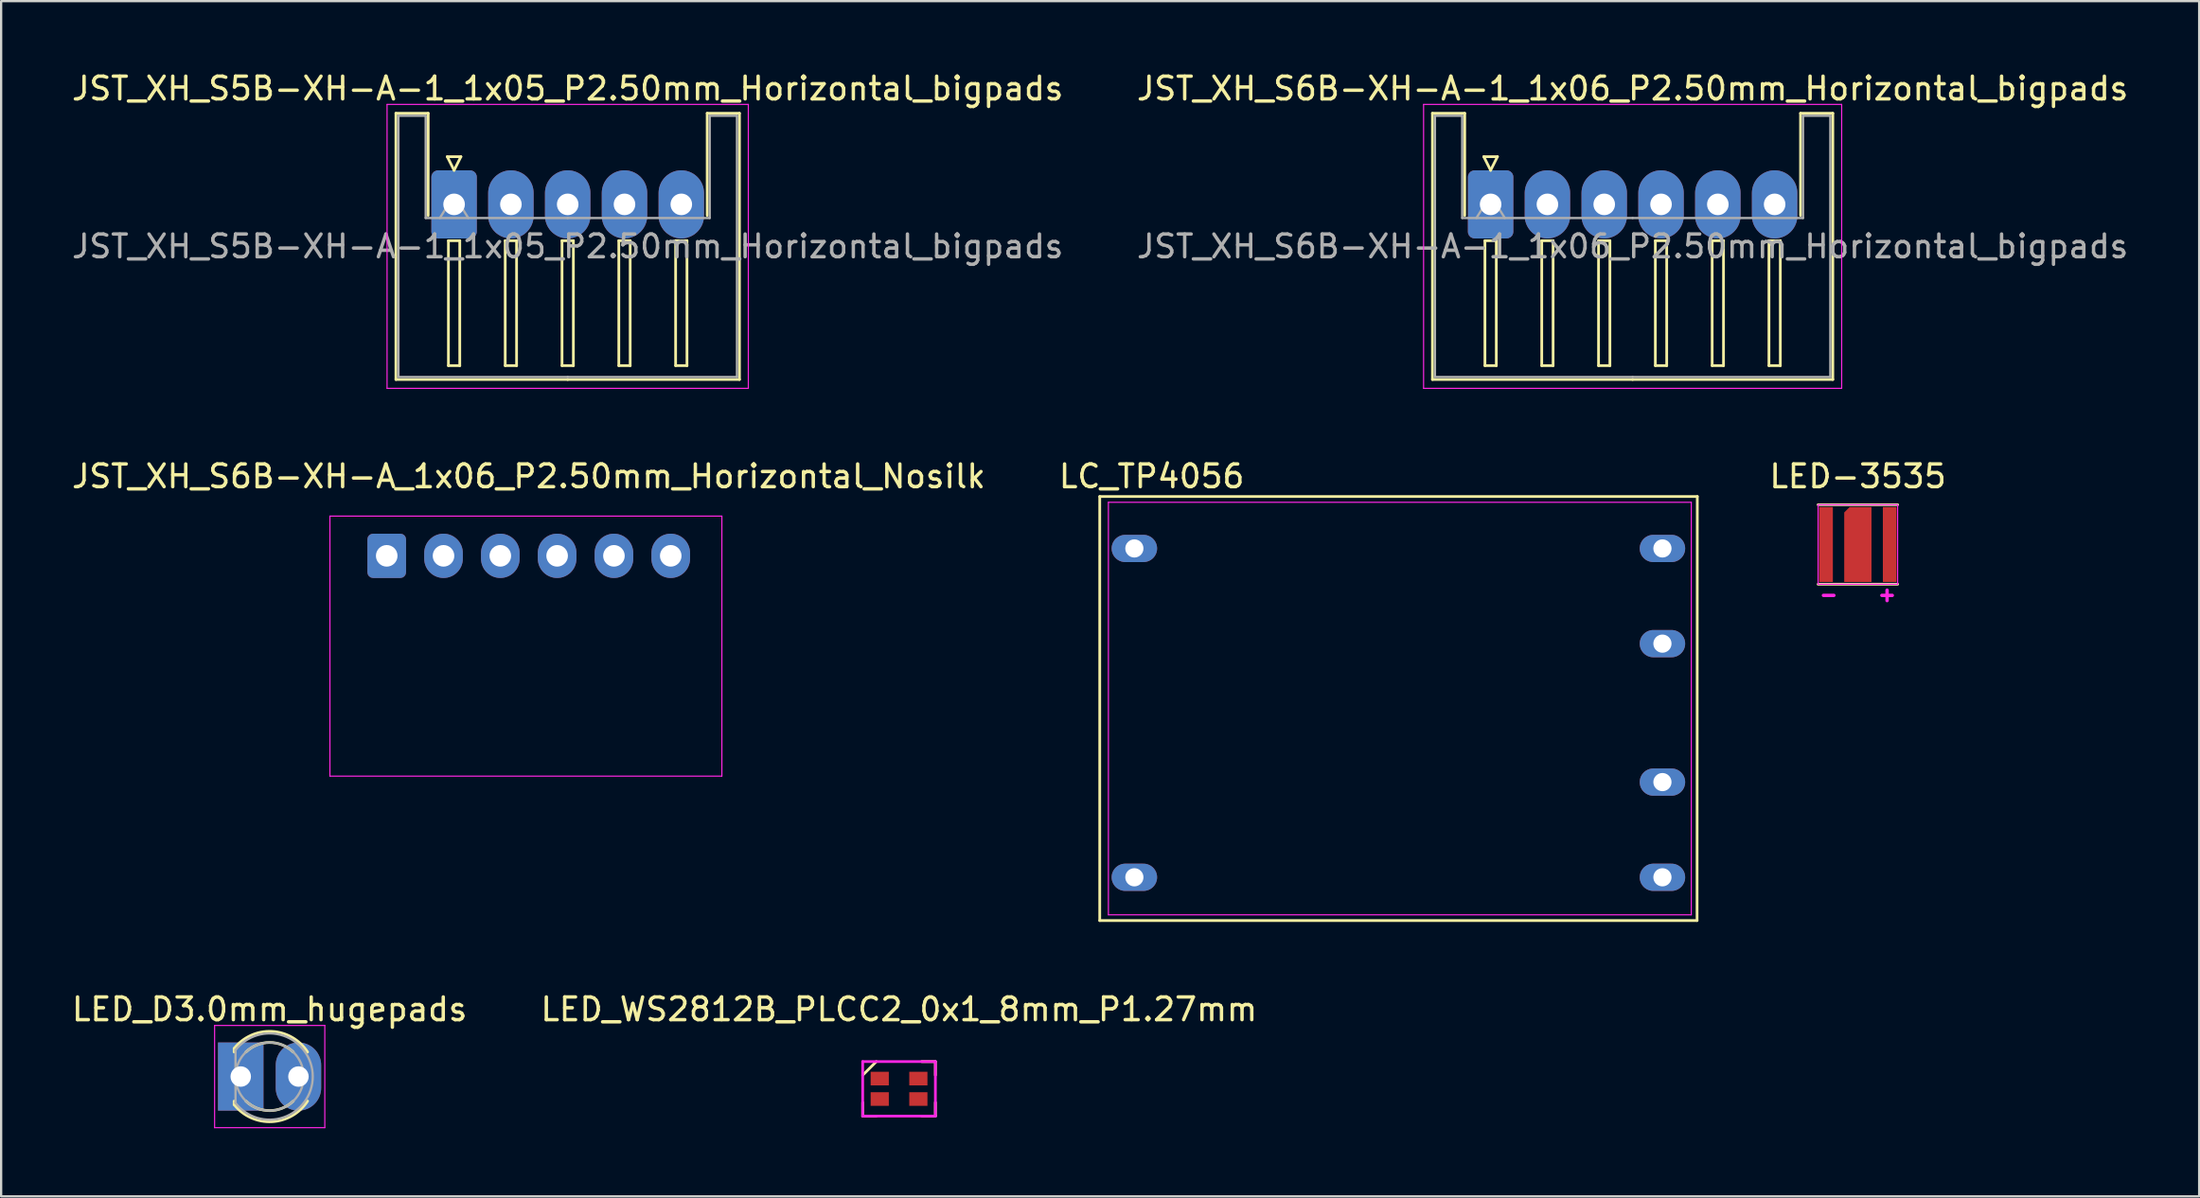
<source format=kicad_pcb>
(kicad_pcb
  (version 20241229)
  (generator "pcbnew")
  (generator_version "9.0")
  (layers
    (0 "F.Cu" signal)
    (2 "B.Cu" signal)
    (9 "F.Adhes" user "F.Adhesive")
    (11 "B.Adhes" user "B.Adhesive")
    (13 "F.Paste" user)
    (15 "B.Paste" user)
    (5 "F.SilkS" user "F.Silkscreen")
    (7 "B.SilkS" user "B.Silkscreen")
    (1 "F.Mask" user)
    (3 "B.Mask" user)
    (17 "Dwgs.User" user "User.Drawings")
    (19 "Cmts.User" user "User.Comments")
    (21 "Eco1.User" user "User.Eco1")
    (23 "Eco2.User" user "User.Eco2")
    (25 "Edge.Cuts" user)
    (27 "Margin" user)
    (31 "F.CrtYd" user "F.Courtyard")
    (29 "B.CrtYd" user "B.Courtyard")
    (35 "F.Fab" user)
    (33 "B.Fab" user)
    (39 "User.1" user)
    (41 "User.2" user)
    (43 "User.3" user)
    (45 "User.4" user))
  (footprint "JST_XH_S5B-XH-A-1_1x05_P2.50mm_Horizontal_bigpads"
    (layer "F.Cu")
    (at 16.935 5.948)
    (property "Reference" "JST_XH_S5B-XH-A-1_1x05_P2.50mm_Horizontal_bigpads" (at 5 -5.1 0) (layer "F.SilkS") (effects (font (size 1 1) (thickness 0.15))))
    (attr through_hole)
    (fp_line (start -2.56 -4.01) (end -1.14 -4.01) (stroke (width 0.12) (type solid)) (layer "F.SilkS"))
    (fp_line (start -2.56 7.71) (end -2.56 -4.01) (stroke (width 0.12) (type solid)) (layer "F.SilkS"))
    (fp_line (start -1.14 -4.01) (end -1.14 0.49) (stroke (width 0.12) (type solid)) (layer "F.SilkS"))
    (fp_line (start -0.3 -2.1) (end 0.3 -2.1) (stroke (width 0.12) (type solid)) (layer "F.SilkS"))
    (fp_line (start -0.25 1.6) (end -0.25 7.1) (stroke (width 0.12) (type solid)) (layer "F.SilkS"))
    (fp_line (start -0.25 7.1) (end 0.25 7.1) (stroke (width 0.12) (type solid)) (layer "F.SilkS"))
    (fp_line (start 0 -1.5) (end -0.3 -2.1) (stroke (width 0.12) (type solid)) (layer "F.SilkS"))
    (fp_line (start 0.25 1.6) (end -0.25 1.6) (stroke (width 0.12) (type solid)) (layer "F.SilkS"))
    (fp_line (start 0.25 7.1) (end 0.25 1.6) (stroke (width 0.12) (type solid)) (layer "F.SilkS"))
    (fp_line (start 0.3 -2.1) (end 0 -1.5) (stroke (width 0.12) (type solid)) (layer "F.SilkS"))
    (fp_line (start 2.25 1.6) (end 2.25 7.1) (stroke (width 0.12) (type solid)) (layer "F.SilkS"))
    (fp_line (start 2.25 7.1) (end 2.75 7.1) (stroke (width 0.12) (type solid)) (layer "F.SilkS"))
    (fp_line (start 2.75 1.6) (end 2.25 1.6) (stroke (width 0.12) (type solid)) (layer "F.SilkS"))
    (fp_line (start 2.75 7.1) (end 2.75 1.6) (stroke (width 0.12) (type solid)) (layer "F.SilkS"))
    (fp_line (start 4.75 1.6) (end 4.75 7.1) (stroke (width 0.12) (type solid)) (layer "F.SilkS"))
    (fp_line (start 4.75 7.1) (end 5.25 7.1) (stroke (width 0.12) (type solid)) (layer "F.SilkS"))
    (fp_line (start 5 7.71) (end -2.56 7.71) (stroke (width 0.12) (type solid)) (layer "F.SilkS"))
    (fp_line (start 5 7.71) (end 12.56 7.71) (stroke (width 0.12) (type solid)) (layer "F.SilkS"))
    (fp_line (start 5.25 1.6) (end 4.75 1.6) (stroke (width 0.12) (type solid)) (layer "F.SilkS"))
    (fp_line (start 5.25 7.1) (end 5.25 1.6) (stroke (width 0.12) (type solid)) (layer "F.SilkS"))
    (fp_line (start 7.25 1.6) (end 7.25 7.1) (stroke (width 0.12) (type solid)) (layer "F.SilkS"))
    (fp_line (start 7.25 7.1) (end 7.75 7.1) (stroke (width 0.12) (type solid)) (layer "F.SilkS"))
    (fp_line (start 7.75 1.6) (end 7.25 1.6) (stroke (width 0.12) (type solid)) (layer "F.SilkS"))
    (fp_line (start 7.75 7.1) (end 7.75 1.6) (stroke (width 0.12) (type solid)) (layer "F.SilkS"))
    (fp_line (start 9.75 1.6) (end 9.75 7.1) (stroke (width 0.12) (type solid)) (layer "F.SilkS"))
    (fp_line (start 9.75 7.1) (end 10.25 7.1) (stroke (width 0.12) (type solid)) (layer "F.SilkS"))
    (fp_line (start 10.25 1.6) (end 9.75 1.6) (stroke (width 0.12) (type solid)) (layer "F.SilkS"))
    (fp_line (start 10.25 7.1) (end 10.25 1.6) (stroke (width 0.12) (type solid)) (layer "F.SilkS"))
    (fp_line (start 11.14 -4.01) (end 11.14 0.49) (stroke (width 0.12) (type solid)) (layer "F.SilkS"))
    (fp_line (start 12.56 -4.01) (end 11.14 -4.01) (stroke (width 0.12) (type solid)) (layer "F.SilkS"))
    (fp_line (start 12.56 7.71) (end 12.56 -4.01) (stroke (width 0.12) (type solid)) (layer "F.SilkS"))
    (fp_line (start -2.95 -4.4) (end -2.95 8.1) (stroke (width 0.05) (type solid)) (layer "F.CrtYd"))
    (fp_line (start -2.95 8.1) (end 12.95 8.1) (stroke (width 0.05) (type solid)) (layer "F.CrtYd"))
    (fp_line (start 12.95 -4.4) (end -2.95 -4.4) (stroke (width 0.05) (type solid)) (layer "F.CrtYd"))
    (fp_line (start 12.95 8.1) (end 12.95 -4.4) (stroke (width 0.05) (type solid)) (layer "F.CrtYd"))
    (fp_line (start -2.45 -3.9) (end -1.25 -3.9) (stroke (width 0.1) (type solid)) (layer "F.Fab"))
    (fp_line (start -2.45 7.6) (end -2.45 -3.9) (stroke (width 0.1) (type solid)) (layer "F.Fab"))
    (fp_line (start -1.25 -3.9) (end -1.25 0.6) (stroke (width 0.1) (type solid)) (layer "F.Fab"))
    (fp_line (start -1.25 0.6) (end 5 0.6) (stroke (width 0.1) (type solid)) (layer "F.Fab"))
    (fp_line (start -0.625 0.6) (end 0 -0.4) (stroke (width 0.1) (type solid)) (layer "F.Fab"))
    (fp_line (start 0 -0.4) (end 0.625 0.6) (stroke (width 0.1) (type solid)) (layer "F.Fab"))
    (fp_line (start 5 7.6) (end -2.45 7.6) (stroke (width 0.1) (type solid)) (layer "F.Fab"))
    (fp_line (start 5 7.6) (end 12.45 7.6) (stroke (width 0.1) (type solid)) (layer "F.Fab"))
    (fp_line (start 11.25 -3.9) (end 11.25 0.6) (stroke (width 0.1) (type solid)) (layer "F.Fab"))
    (fp_line (start 11.25 0.6) (end 5 0.6) (stroke (width 0.1) (type solid)) (layer "F.Fab"))
    (fp_line (start 12.45 -3.9) (end 11.25 -3.9) (stroke (width 0.1) (type solid)) (layer "F.Fab"))
    (fp_line (start 12.45 7.6) (end 12.45 -3.9) (stroke (width 0.1) (type solid)) (layer "F.Fab"))
    (fp_text user "${REFERENCE}" (at 5 1.85 0) (layer "F.Fab") (effects (font (size 1 1) (thickness 0.15))))
    (pad "1" thru_hole roundrect (at 0 0) (size 2 3) (drill 0.95) (layers "*.Cu" "*.Mask") (roundrect_rratio 0.147))
    (pad "2" thru_hole oval (at 2.5 0) (size 2 3) (drill 0.95) (layers "*.Cu" "*.Mask"))
    (pad "3" thru_hole oval (at 5 0) (size 2 3) (drill 0.95) (layers "*.Cu" "*.Mask"))
    (pad "4" thru_hole oval (at 7.5 0) (size 2 3) (drill 0.95) (layers "*.Cu" "*.Mask"))
    (pad "5" thru_hole oval (at 10 0) (size 2 3) (drill 0.95) (layers "*.Cu" "*.Mask")))
  (footprint "LED-3535"
    (layer "F.Cu")
    (at 78.717 20.922)
    (property "Reference" "LED-3535" (at 0 -3 0) (layer "F.SilkS") (effects (font (size 1 1) (thickness 0.15))))
    (attr smd)
    (fp_line (start -1.75 -1.75) (end 1.75 -1.75) (stroke (width 0.12) (type solid)) (layer "F.SilkS"))
    (fp_line (start -1.75 1.75) (end 1.75 1.75) (stroke (width 0.12) (type solid)) (layer "F.SilkS"))
    (fp_rect (start -1.75 1.75) (end 1.75 -1.75) (stroke (width 0.05) (type solid)) (fill no) (layer "F.CrtYd"))
    (fp_text user "-    +" (at 0 2.2 0) (unlocked yes) (layer "F.CrtYd") (effects (font (size 0.6 0.6) (thickness 0.15))))
    (pad "1" smd rect (at -1.4 0) (size 0.6 3.3) (layers "F.Cu" "F.Mask" "F.Paste"))
    (pad "2" smd roundrect (at 0 0) (size 1.2 3.3) (layers "F.Cu" "F.Mask" "F.Paste") (roundrect_rratio 0) (chamfer_ratio 0.2) (chamfer top_left))
    (pad "2" smd rect (at 1.4 0) (size 0.6 3.3) (layers "F.Cu" "F.Mask" "F.Paste")))
  (footprint "JST_XH_S6B-XH-A_1x06_P2.50mm_Horizontal_Nosilk"
    (layer "F.Cu")
    (at 13.97 21.422)
    (property "Reference" "JST_XH_S6B-XH-A_1x06_P2.50mm_Horizontal_Nosilk" (at 6.25 -3.5 0) (layer "F.SilkS") (effects (font (size 1 1) (thickness 0.15))))
    (attr through_hole)
    (fp_line (start -2.5 -1.75) (end -2.5 9.7) (stroke (width 0.05) (type solid)) (layer "F.CrtYd"))
    (fp_line (start -2.5 9.7) (end 14.75 9.7) (stroke (width 0.05) (type solid)) (layer "F.CrtYd"))
    (fp_line (start 14.75 -1.75) (end -2.5 -1.75) (stroke (width 0.05) (type solid)) (layer "F.CrtYd"))
    (fp_line (start 14.75 9.7) (end 14.75 -1.75) (stroke (width 0.05) (type solid)) (layer "F.CrtYd"))
    (pad "1" thru_hole roundrect (at 0 0) (size 1.7 1.95) (drill 0.95) (layers "*.Cu" "*.Mask") (roundrect_rratio 0.147))
    (pad "2" thru_hole oval (at 2.5 0) (size 1.7 1.95) (drill 0.95) (layers "*.Cu" "*.Mask"))
    (pad "3" thru_hole oval (at 5 0) (size 1.7 1.95) (drill 0.95) (layers "*.Cu" "*.Mask"))
    (pad "4" thru_hole oval (at 7.5 0) (size 1.7 1.95) (drill 0.95) (layers "*.Cu" "*.Mask"))
    (pad "5" thru_hole oval (at 10 0) (size 1.7 1.95) (drill 0.95) (layers "*.Cu" "*.Mask"))
    (pad "6" thru_hole oval (at 12.5 0) (size 1.7 1.95) (drill 0.95) (layers "*.Cu" "*.Mask")))
  (footprint "LED_D3.0mm_hugepads"
    (layer "F.Cu")
    (at 7.545 44.348)
    (property "Reference" "LED_D3.0mm_hugepads" (at 1.27 -2.96 0) (layer "F.SilkS") (effects (font (size 1 1) (thickness 0.15))))
    (attr through_hole)
    (fp_line (start -0.29 -1.236) (end -0.29 -1.08) (stroke (width 0.12) (type solid)) (layer "F.SilkS"))
    (fp_line (start -0.29 1.08) (end -0.29 1.236) (stroke (width 0.12) (type solid)) (layer "F.SilkS"))
    (fp_arc (start -0.29 -1.235516) (mid 1.366487 -1.987659) (end 2.942335 -1.078608) (stroke (width 0.12) (type solid)) (layer "F.SilkS"))
    (fp_arc (start 0.229039 -1.08) (mid 1.270117 -1.5) (end 2.31113 -1.079837) (stroke (width 0.12) (type solid)) (layer "F.SilkS"))
    (fp_arc (start 2.31113 1.079837) (mid 1.270117 1.5) (end 0.229039 1.08) (stroke (width 0.12) (type solid)) (layer "F.SilkS"))
    (fp_arc (start 2.942335 1.078608) (mid 1.366487 1.987659) (end -0.29 1.235516) (stroke (width 0.12) (type solid)) (layer "F.SilkS"))
    (fp_line (start -1.15 -2.25) (end -1.15 2.25) (stroke (width 0.05) (type solid)) (layer "F.CrtYd"))
    (fp_line (start -1.15 2.25) (end 3.7 2.25) (stroke (width 0.05) (type solid)) (layer "F.CrtYd"))
    (fp_line (start 3.7 -2.25) (end -1.15 -2.25) (stroke (width 0.05) (type solid)) (layer "F.CrtYd"))
    (fp_line (start 3.7 2.25) (end 3.7 -2.25) (stroke (width 0.05) (type solid)) (layer "F.CrtYd"))
    (fp_line (start -0.23 -1.166) (end -0.23 1.166) (stroke (width 0.1) (type solid)) (layer "F.Fab"))
    (fp_arc (start -0.23 -1.16619) (mid 3.17 0.000452) (end -0.230555 1.165476) (stroke (width 0.1) (type solid)) (layer "F.Fab"))
    (fp_circle (center 1.27 0) (end 2.77 0) (stroke (width 0.1) (type solid)) (fill no) (layer "F.Fab"))
    (pad "1" thru_hole rect (at 0 0) (size 2 3) (drill 0.9) (layers "*.Cu" "*.Mask"))
    (pad "2" thru_hole oval (at 2.54 0) (size 2 3) (drill 0.9) (layers "*.Cu" "*.Mask")))
  (footprint "JST_XH_S6B-XH-A-1_1x06_P2.50mm_Horizontal_bigpads"
    (layer "F.Cu")
    (at 62.554 5.948)
    (property "Reference" "JST_XH_S6B-XH-A-1_1x06_P2.50mm_Horizontal_bigpads" (at 6.25 -5.1 0) (layer "F.SilkS") (effects (font (size 1 1) (thickness 0.15))))
    (attr through_hole)
    (fp_line (start -2.56 -4.01) (end -1.14 -4.01) (stroke (width 0.12) (type solid)) (layer "F.SilkS"))
    (fp_line (start -2.56 7.71) (end -2.56 -4.01) (stroke (width 0.12) (type solid)) (layer "F.SilkS"))
    (fp_line (start -1.14 -4.01) (end -1.14 0.49) (stroke (width 0.12) (type solid)) (layer "F.SilkS"))
    (fp_line (start -0.3 -2.1) (end 0.3 -2.1) (stroke (width 0.12) (type solid)) (layer "F.SilkS"))
    (fp_line (start -0.25 1.6) (end -0.25 7.1) (stroke (width 0.12) (type solid)) (layer "F.SilkS"))
    (fp_line (start -0.25 7.1) (end 0.25 7.1) (stroke (width 0.12) (type solid)) (layer "F.SilkS"))
    (fp_line (start 0 -1.5) (end -0.3 -2.1) (stroke (width 0.12) (type solid)) (layer "F.SilkS"))
    (fp_line (start 0.25 1.6) (end -0.25 1.6) (stroke (width 0.12) (type solid)) (layer "F.SilkS"))
    (fp_line (start 0.25 7.1) (end 0.25 1.6) (stroke (width 0.12) (type solid)) (layer "F.SilkS"))
    (fp_line (start 0.3 -2.1) (end 0 -1.5) (stroke (width 0.12) (type solid)) (layer "F.SilkS"))
    (fp_line (start 2.25 1.6) (end 2.25 7.1) (stroke (width 0.12) (type solid)) (layer "F.SilkS"))
    (fp_line (start 2.25 7.1) (end 2.75 7.1) (stroke (width 0.12) (type solid)) (layer "F.SilkS"))
    (fp_line (start 2.75 1.6) (end 2.25 1.6) (stroke (width 0.12) (type solid)) (layer "F.SilkS"))
    (fp_line (start 2.75 7.1) (end 2.75 1.6) (stroke (width 0.12) (type solid)) (layer "F.SilkS"))
    (fp_line (start 4.75 1.6) (end 4.75 7.1) (stroke (width 0.12) (type solid)) (layer "F.SilkS"))
    (fp_line (start 4.75 7.1) (end 5.25 7.1) (stroke (width 0.12) (type solid)) (layer "F.SilkS"))
    (fp_line (start 5.25 1.6) (end 4.75 1.6) (stroke (width 0.12) (type solid)) (layer "F.SilkS"))
    (fp_line (start 5.25 7.1) (end 5.25 1.6) (stroke (width 0.12) (type solid)) (layer "F.SilkS"))
    (fp_line (start 6.25 7.71) (end -2.56 7.71) (stroke (width 0.12) (type solid)) (layer "F.SilkS"))
    (fp_line (start 6.25 7.71) (end 15.06 7.71) (stroke (width 0.12) (type solid)) (layer "F.SilkS"))
    (fp_line (start 7.25 1.6) (end 7.25 7.1) (stroke (width 0.12) (type solid)) (layer "F.SilkS"))
    (fp_line (start 7.25 7.1) (end 7.75 7.1) (stroke (width 0.12) (type solid)) (layer "F.SilkS"))
    (fp_line (start 7.75 1.6) (end 7.25 1.6) (stroke (width 0.12) (type solid)) (layer "F.SilkS"))
    (fp_line (start 7.75 7.1) (end 7.75 1.6) (stroke (width 0.12) (type solid)) (layer "F.SilkS"))
    (fp_line (start 9.75 1.6) (end 9.75 7.1) (stroke (width 0.12) (type solid)) (layer "F.SilkS"))
    (fp_line (start 9.75 7.1) (end 10.25 7.1) (stroke (width 0.12) (type solid)) (layer "F.SilkS"))
    (fp_line (start 10.25 1.6) (end 9.75 1.6) (stroke (width 0.12) (type solid)) (layer "F.SilkS"))
    (fp_line (start 10.25 7.1) (end 10.25 1.6) (stroke (width 0.12) (type solid)) (layer "F.SilkS"))
    (fp_line (start 12.25 1.6) (end 12.25 7.1) (stroke (width 0.12) (type solid)) (layer "F.SilkS"))
    (fp_line (start 12.25 7.1) (end 12.75 7.1) (stroke (width 0.12) (type solid)) (layer "F.SilkS"))
    (fp_line (start 12.75 1.6) (end 12.25 1.6) (stroke (width 0.12) (type solid)) (layer "F.SilkS"))
    (fp_line (start 12.75 7.1) (end 12.75 1.6) (stroke (width 0.12) (type solid)) (layer "F.SilkS"))
    (fp_line (start 13.64 -4.01) (end 13.64 0.49) (stroke (width 0.12) (type solid)) (layer "F.SilkS"))
    (fp_line (start 15.06 -4.01) (end 13.64 -4.01) (stroke (width 0.12) (type solid)) (layer "F.SilkS"))
    (fp_line (start 15.06 7.71) (end 15.06 -4.01) (stroke (width 0.12) (type solid)) (layer "F.SilkS"))
    (fp_line (start -2.95 -4.4) (end -2.95 8.1) (stroke (width 0.05) (type solid)) (layer "F.CrtYd"))
    (fp_line (start -2.95 8.1) (end 15.45 8.1) (stroke (width 0.05) (type solid)) (layer "F.CrtYd"))
    (fp_line (start 15.45 -4.4) (end -2.95 -4.4) (stroke (width 0.05) (type solid)) (layer "F.CrtYd"))
    (fp_line (start 15.45 8.1) (end 15.45 -4.4) (stroke (width 0.05) (type solid)) (layer "F.CrtYd"))
    (fp_line (start -2.45 -3.9) (end -1.25 -3.9) (stroke (width 0.1) (type solid)) (layer "F.Fab"))
    (fp_line (start -2.45 7.6) (end -2.45 -3.9) (stroke (width 0.1) (type solid)) (layer "F.Fab"))
    (fp_line (start -1.25 -3.9) (end -1.25 0.6) (stroke (width 0.1) (type solid)) (layer "F.Fab"))
    (fp_line (start -1.25 0.6) (end 6.25 0.6) (stroke (width 0.1) (type solid)) (layer "F.Fab"))
    (fp_line (start -0.625 0.6) (end 0 -0.4) (stroke (width 0.1) (type solid)) (layer "F.Fab"))
    (fp_line (start 0 -0.4) (end 0.625 0.6) (stroke (width 0.1) (type solid)) (layer "F.Fab"))
    (fp_line (start 6.25 7.6) (end -2.45 7.6) (stroke (width 0.1) (type solid)) (layer "F.Fab"))
    (fp_line (start 6.25 7.6) (end 14.95 7.6) (stroke (width 0.1) (type solid)) (layer "F.Fab"))
    (fp_line (start 13.75 -3.9) (end 13.75 0.6) (stroke (width 0.1) (type solid)) (layer "F.Fab"))
    (fp_line (start 13.75 0.6) (end 6.25 0.6) (stroke (width 0.1) (type solid)) (layer "F.Fab"))
    (fp_line (start 14.95 -3.9) (end 13.75 -3.9) (stroke (width 0.1) (type solid)) (layer "F.Fab"))
    (fp_line (start 14.95 7.6) (end 14.95 -3.9) (stroke (width 0.1) (type solid)) (layer "F.Fab"))
    (fp_text user "${REFERENCE}" (at 6.25 1.85 0) (layer "F.Fab") (effects (font (size 1 1) (thickness 0.15))))
    (pad "1" thru_hole roundrect (at 0 0) (size 2 3) (drill 0.95) (layers "*.Cu" "*.Mask") (roundrect_rratio 0.147))
    (pad "2" thru_hole oval (at 2.5 0) (size 2 3) (drill 0.95) (layers "*.Cu" "*.Mask"))
    (pad "3" thru_hole oval (at 5 0) (size 2 3) (drill 0.95) (layers "*.Cu" "*.Mask"))
    (pad "4" thru_hole oval (at 7.5 0) (size 2 3) (drill 0.95) (layers "*.Cu" "*.Mask"))
    (pad "5" thru_hole oval (at 10 0) (size 2 3) (drill 0.95) (layers "*.Cu" "*.Mask"))
    (pad "6" thru_hole oval (at 12.5 0) (size 2 3) (drill 0.95) (layers "*.Cu" "*.Mask")))
  (footprint "LC_TP4056"
    (layer "F.Cu")
    (at 45.351 18.811)
    (property "Reference" "LC_TP4056" (at 2.286 -0.889 180) (layer "F.SilkS") (effects (font (size 1 1) (thickness 0.15))))
    (attr through_hole)
    (fp_line (start 0 0) (end 0 18.669) (stroke (width 0.12) (type solid)) (layer "F.SilkS"))
    (fp_line (start 0 18.669) (end 26.289 18.669) (stroke (width 0.12) (type solid)) (layer "F.SilkS"))
    (fp_line (start 26.289 18.669) (end 26.3 0) (stroke (width 0.12) (type solid)) (layer "F.SilkS"))
    (fp_line (start 26.3 0) (end 0 0) (stroke (width 0.12) (type solid)) (layer "F.SilkS"))
    (fp_line (start 0.381 0.254) (end 26.035 0.254) (stroke (width 0.05) (type solid)) (layer "F.CrtYd"))
    (fp_line (start 0.381 18.415) (end 0.381 0.254) (stroke (width 0.05) (type solid)) (layer "F.CrtYd"))
    (fp_line (start 26.035 0.254) (end 26.035 18.415) (stroke (width 0.05) (type solid)) (layer "F.CrtYd"))
    (fp_line (start 26.035 18.415) (end 0.381 18.415) (stroke (width 0.05) (type solid)) (layer "F.CrtYd"))
    (pad "1" thru_hole oval (at 1.524 2.286 270) (size 1.2 2) (drill 0.8) (layers "*.Cu" "*.Mask"))
    (pad "2" thru_hole oval (at 1.524 16.764 270) (size 1.2 2) (drill 0.8) (layers "*.Cu" "*.Mask"))
    (pad "3" thru_hole oval (at 24.765 16.764 90) (size 1.2 2) (drill 0.8) (layers "*.Cu" "*.Mask"))
    (pad "4" thru_hole oval (at 24.765 12.573 90) (size 1.2 2) (drill 0.8) (layers "*.Cu" "*.Mask"))
    (pad "5" thru_hole oval (at 24.765 6.477 90) (size 1.2 2) (drill 0.8) (layers "*.Cu" "*.Mask"))
    (pad "6" thru_hole oval (at 24.765 2.286 90) (size 1.2 2) (drill 0.8) (layers "*.Cu" "*.Mask")))
  (footprint "LED_WS2812B_PLCC2_0x1_8mm_P1.27mm"
    (layer "F.Cu")
    (at 36.518 44.888)
    (property "Reference" "LED_WS2812B_PLCC2_0x1_8mm_P1.27mm" (at 0 -3.5 0) (layer "F.SilkS") (effects (font (size 1 1) (thickness 0.15))))
    (attr smd)
    (fp_line (start -1.6 0.6) (end -1.6 1.2) (stroke (width 0.12) (type solid)) (layer "F.SilkS"))
    (fp_line (start -1.6 1.2) (end -1 1.2) (stroke (width 0.12) (type solid)) (layer "F.SilkS"))
    (fp_line (start -1 -1.2) (end -1.6 -0.6) (stroke (width 0.12) (type solid)) (layer "F.SilkS"))
    (fp_line (start 1 1.2) (end 1.6 1.2) (stroke (width 0.12) (type solid)) (layer "F.SilkS"))
    (fp_line (start 1.6 -1.2) (end 1 -1.2) (stroke (width 0.12) (type solid)) (layer "F.SilkS"))
    (fp_line (start 1.6 -0.6) (end 1.6 -1.2) (stroke (width 0.12) (type solid)) (layer "F.SilkS"))
    (fp_line (start 1.6 1.2) (end 1.6 0.6) (stroke (width 0.12) (type solid)) (layer "F.SilkS"))
    (fp_line (start -1.6 -1.2) (end -1.6 1.2) (stroke (width 0.12) (type solid)) (layer "F.CrtYd"))
    (fp_line (start -1.6 1.2) (end 1.6 1.2) (stroke (width 0.12) (type solid)) (layer "F.CrtYd"))
    (fp_line (start 1.6 -1.2) (end -1.6 -1.2) (stroke (width 0.12) (type solid)) (layer "F.CrtYd"))
    (fp_line (start 1.6 1.2) (end 1.6 -1.2) (stroke (width 0.12) (type solid)) (layer "F.CrtYd"))
    (pad "1" smd rect (at -0.85 -0.45) (size 0.8 0.6) (layers "F.Cu" "F.Mask" "F.Paste"))
    (pad "2" smd rect (at -0.85 0.45) (size 0.8 0.6) (layers "F.Cu" "F.Mask" "F.Paste"))
    (pad "3" smd rect (at 0.85 0.45) (size 0.8 0.6) (layers "F.Cu" "F.Mask" "F.Paste"))
    (pad "4" smd rect (at 0.85 -0.45) (size 0.8 0.6) (layers "F.Cu" "F.Mask" "F.Paste")))
  (gr_rect
    (start -3 -3)
    (end 93.738 49.623)
    (stroke (width 0.1) (type default))
    (fill no)
    (layer "Edge.Cuts")))
</source>
